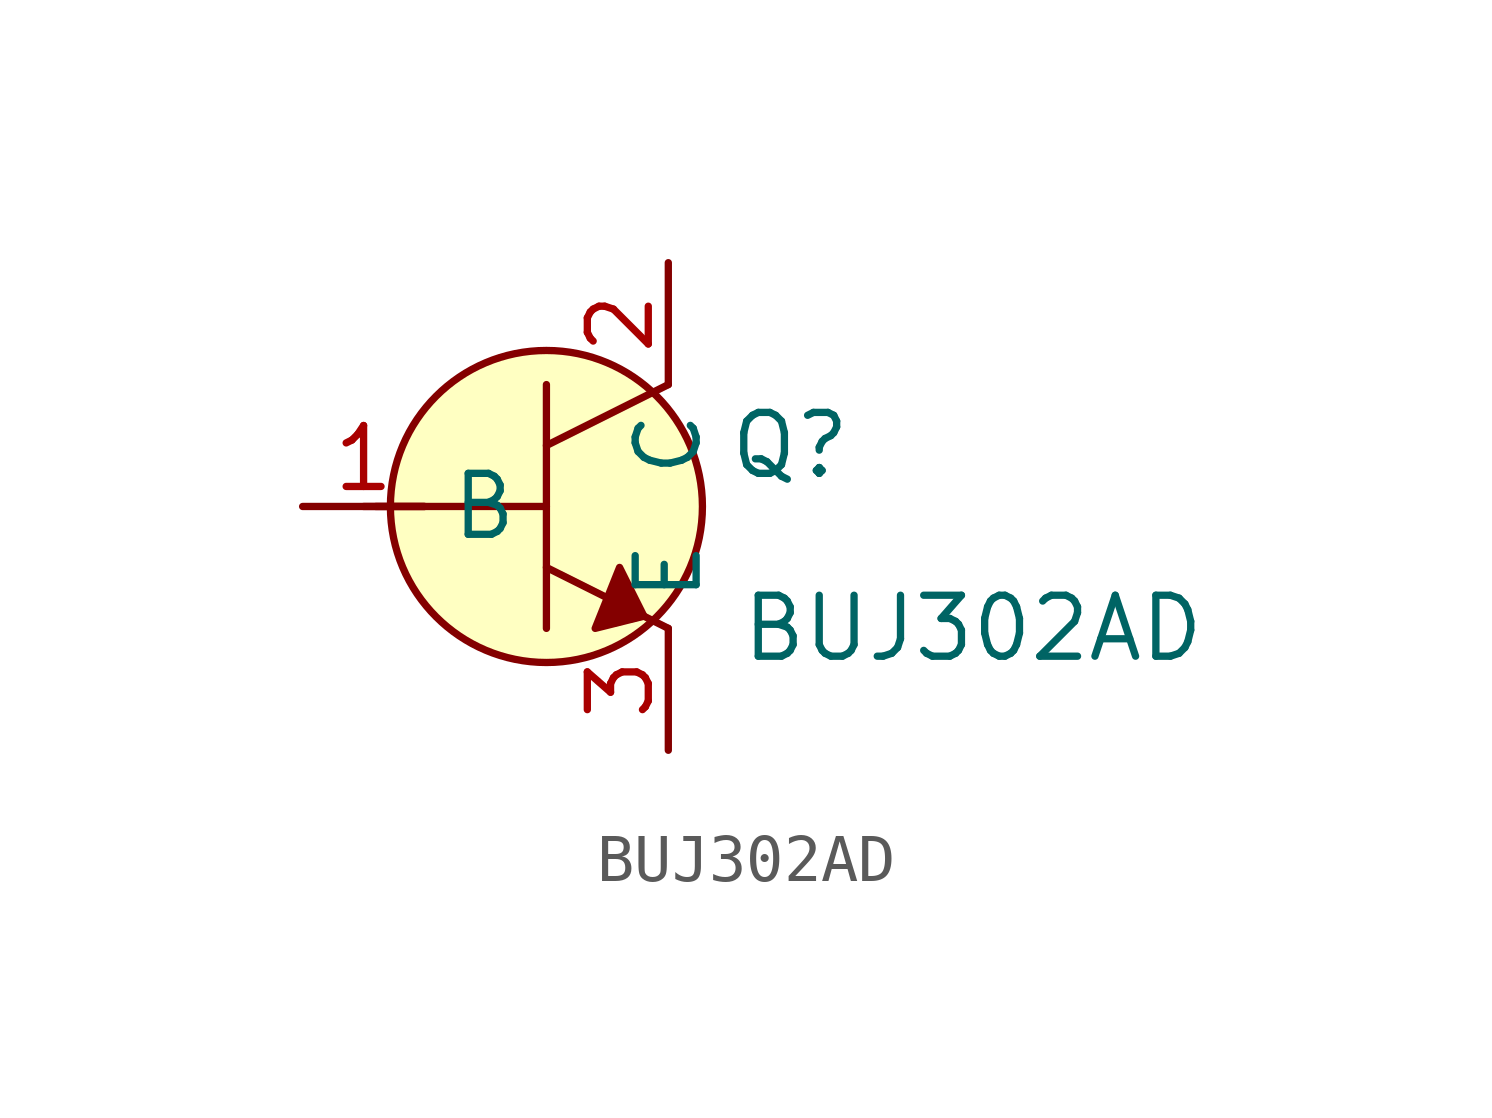
<source format=kicad_sym>
(kicad_symbol_lib
  (version 20211014)
  (generator kicad_symbol_editor)
  (symbol "BUJ302AD"
    (property "Reference" "Q"
      (at 5.08 1.27 0)
      (effects (font (size 1.27 1.27))))
    (property "Value" "BUJ302AD"
      (at 8.89 -2.54 0)
      (effects (font (size 1.27 1.27))))
    (symbol "BUJ302AD_0_1"
      (polyline (pts (xy -3.81 0) (xy -2.54 0)) (stroke (width 0) (type default) (color 0 0 0 0)) (fill (type none)))
      (polyline (pts (xy -3.556 0) (xy 0 0)) (stroke (width 0) (type default) (color 0 0 0 0)) (fill (type none)))
      (polyline (pts (xy 0 -1.27) (xy 2.54 -2.54)) (stroke (width 0) (type default) (color 0 0 0 0)) (fill (type none)))
      (polyline (pts (xy 0 1.27) (xy 2.54 2.54)) (stroke (width 0) (type default) (color 0 0 0 0)) (fill (type none)))
      (polyline (pts (xy 0 2.54) (xy 0 -2.54)) (stroke (width 0) (type default) (color 0 0 0 0)) (fill (type none)))
      (polyline (pts (xy 1.524 -1.27) (xy 2.032 -2.286) (xy 1.016 -2.54) (xy 1.524 -1.27)) (stroke (width 0) (type default) (color 0 0 0 0)) (fill (type outline)))
      (circle (center 0 0) (radius 3.251) (stroke (width 0) (type default) (color 0 0 0 0)) (fill (type background))))
    (symbol "BUJ302AD_1_1"
      (pin input line (at -5.08 0 0) (length 2.54) (name "B" (effects (font (size 1.27 1.27)))) (number "1" (effects (font (size 1.27 1.27)))))
      (pin passive line (at 2.54 5.08 270) (length 2.54) (name "C" (effects (font (size 1.27 1.27)))) (number "2" (effects (font (size 1.27 1.27)))))
      (pin passive line (at 2.54 -5.08 90) (length 2.54) (name "E" (effects (font (size 1.27 1.27)))) (number "3" (effects (font (size 1.27 1.27))))))))
</source>
